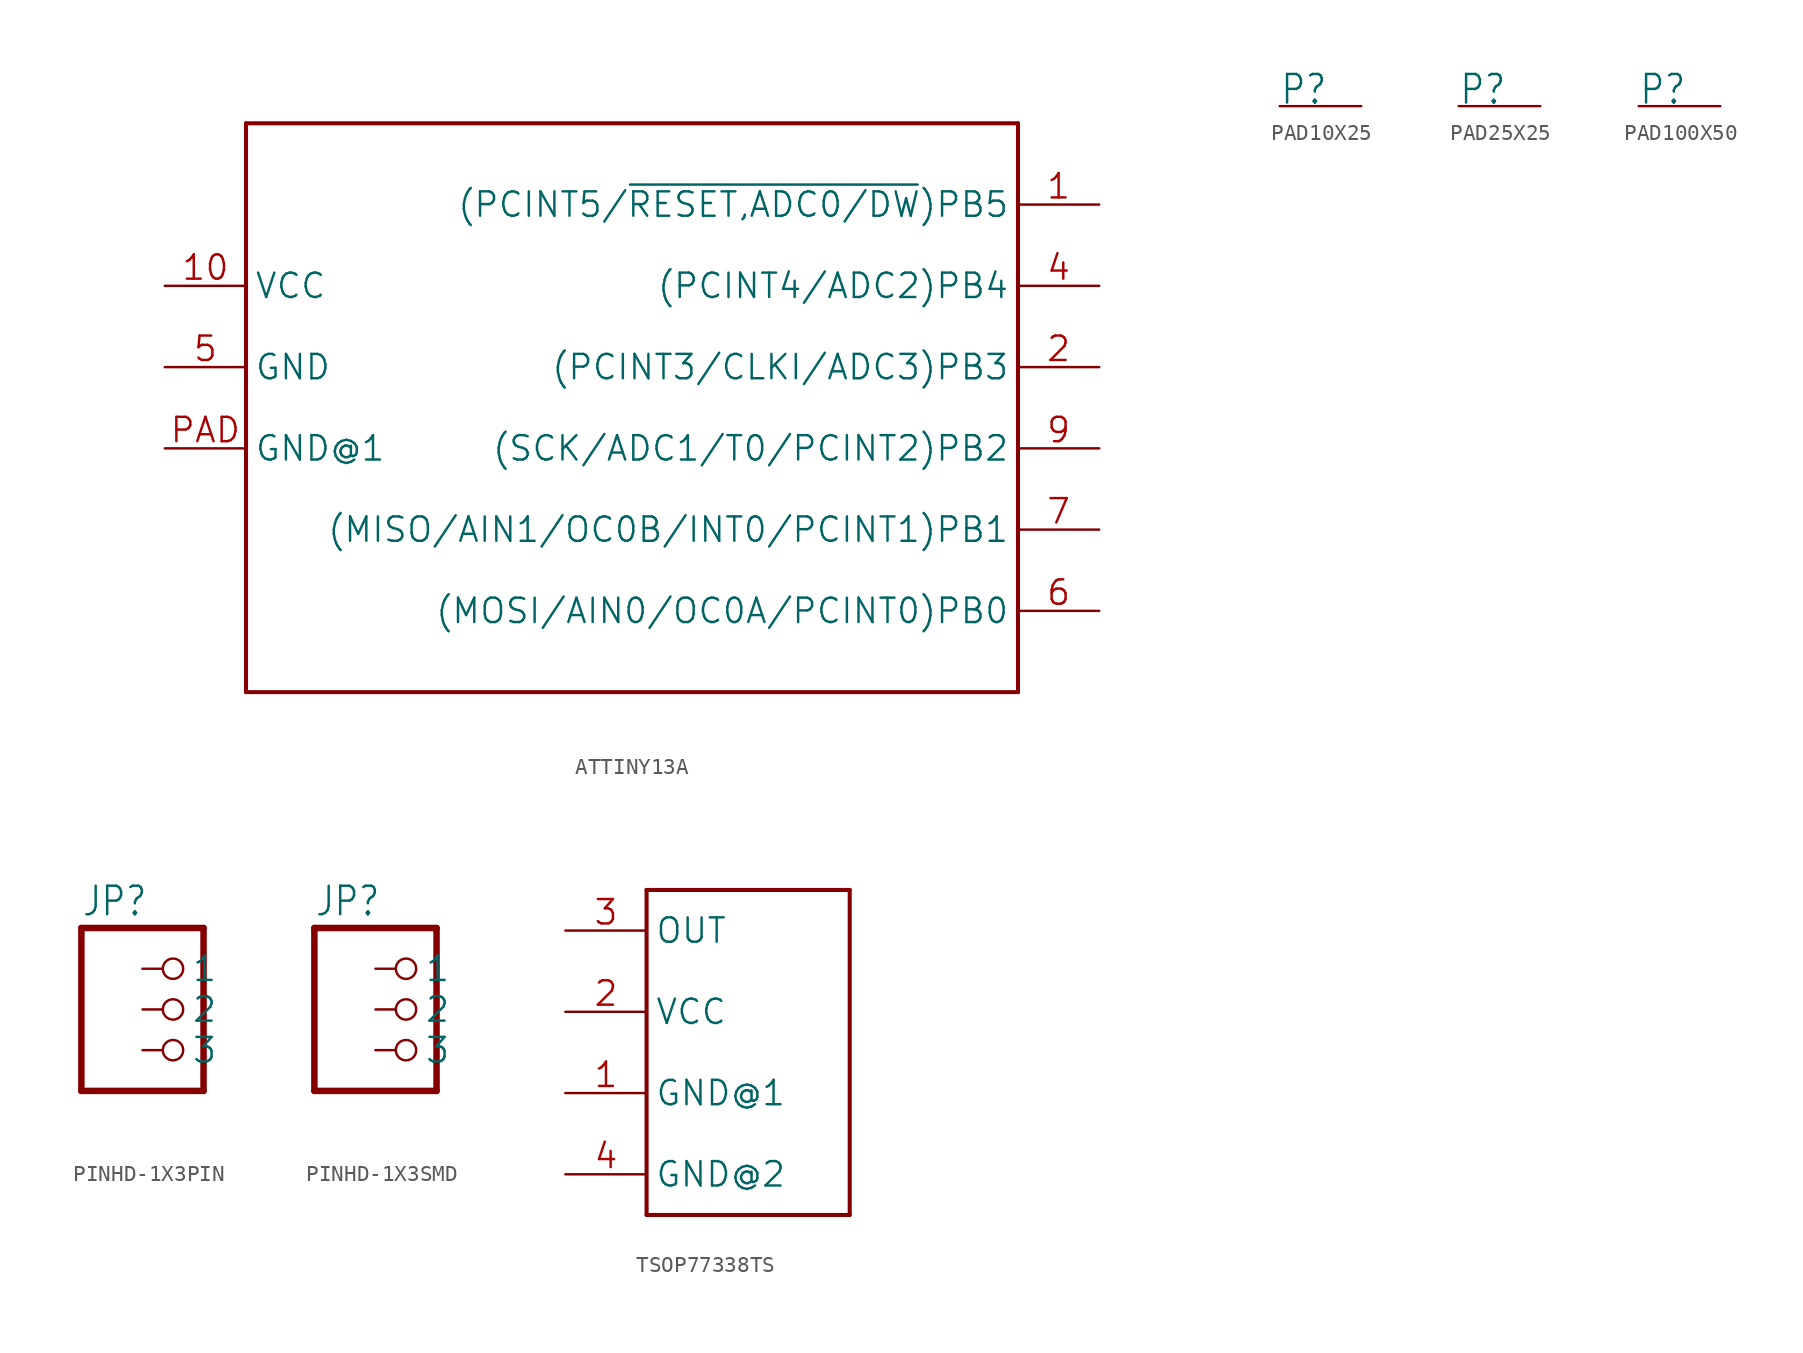
<source format=kicad_sym>
(kicad_symbol_lib
  (version 20241209)
  (generator "kicad_symbol_editor")
  (generator_version "9.0")
  (symbol "ATTINY13A"
    (property "Reference" ""
      (at 0 0 0)
      (effects (font (size 1.27 1.27)) (hide yes)))
    (property "ki_locked" ""
      (at 0 0 0)
      (effects (font (size 1.27 1.27))))
    (symbol "ATTINY13A_1_0"
      (polyline (pts (xy -25.4 17.78) (xy -25.4 -17.78)) (stroke (width 0.254) (type solid)) (fill (type none)))
      (polyline (pts (xy -25.4 -17.78) (xy 22.86 -17.78)) (stroke (width 0.254) (type solid)) (fill (type none)))
      (polyline (pts (xy 22.86 17.78) (xy -25.4 17.78)) (stroke (width 0.254) (type solid)) (fill (type none)))
      (polyline (pts (xy 22.86 -17.78) (xy 22.86 17.78)) (stroke (width 0.254) (type solid)) (fill (type none)))
      (pin bidirectional line (at -30.48 7.62 0) (length 5.08) (name "VCC" (effects (font (size 1.524 1.524)))) (number "10" (effects (font (size 1.524 1.524)))))
      (pin bidirectional line (at -30.48 2.54 0) (length 5.08) (name "GND" (effects (font (size 1.524 1.524)))) (number "5" (effects (font (size 1.524 1.524)))))
      (pin bidirectional line (at -30.48 -2.54 0) (length 5.08) (name "GND@1" (effects (font (size 1.524 1.524)))) (number "PAD" (effects (font (size 1.524 1.524)))))
      (pin bidirectional line (at 27.94 12.7 180) (length 5.08) (name "(PCINT5/~{RESET,ADC0/DW})PB5" (effects (font (size 1.524 1.524)))) (number "1" (effects (font (size 1.524 1.524)))))
      (pin bidirectional line (at 27.94 7.62 180) (length 5.08) (name "(PCINT4/ADC2)PB4" (effects (font (size 1.524 1.524)))) (number "4" (effects (font (size 1.524 1.524)))))
      (pin bidirectional line (at 27.94 2.54 180) (length 5.08) (name "(PCINT3/CLKI/ADC3)PB3" (effects (font (size 1.524 1.524)))) (number "2" (effects (font (size 1.524 1.524)))))
      (pin bidirectional line (at 27.94 -2.54 180) (length 5.08) (name "(SCK/ADC1/T0/PCINT2)PB2" (effects (font (size 1.524 1.524)))) (number "9" (effects (font (size 1.524 1.524)))))
      (pin bidirectional line (at 27.94 -7.62 180) (length 5.08) (name "(MISO/AIN1/OC0B/INT0/PCINT1)PB1" (effects (font (size 1.524 1.524)))) (number "7" (effects (font (size 1.524 1.524)))))
      (pin bidirectional line (at 27.94 -12.7 180) (length 5.08) (name "(MOSI/AIN0/OC0A/PCINT0)PB0" (effects (font (size 1.524 1.524)))) (number "6" (effects (font (size 1.524 1.524)))))))
  (symbol "PAD10X25"
    (property "Reference" "P"
      (at 0 0 0)
      (effects (font (size 1.778 1.511)) (justify left bottom)))
    (property "ki_locked" ""
      (at 0 0 0)
      (effects (font (size 1.27 1.27))))
    (symbol "PAD10X25_1_0"
      (pin power_in line (at 0 0 0) (length 5.08) (name "PAD" (effects (font (size 0 0)))) (number "P$1" (effects (font (size 0 0)))))))
  (symbol "PAD25X25"
    (property "Reference" "P"
      (at 0 0 0)
      (effects (font (size 1.778 1.511)) (justify left bottom)))
    (property "ki_locked" ""
      (at 0 0 0)
      (effects (font (size 1.27 1.27))))
    (symbol "PAD25X25_1_0"
      (pin power_in line (at 0 0 0) (length 5.08) (name "PAD" (effects (font (size 0 0)))) (number "P$1" (effects (font (size 0 0)))))))
  (symbol "PAD100X50"
    (property "Reference" "P"
      (at 0 0 0)
      (effects (font (size 1.778 1.511)) (justify left bottom)))
    (property "ki_locked" ""
      (at 0 0 0)
      (effects (font (size 1.27 1.27))))
    (symbol "PAD100X50_1_0"
      (pin power_in line (at 0 0 0) (length 5.08) (name "PAD" (effects (font (size 0 0)))) (number "P$1" (effects (font (size 0 0)))))))
  (symbol "PINHD-1X3PIN"
    (property "Reference" "JP"
      (at -3.81 5.715 0)
      (effects (font (size 1.778 1.511)) (justify left bottom)))
    (property "Value" ""
      (at -3.81 -7.62 0)
      (effects (font (size 1.778 1.511)) (justify left bottom)))
    (property "ki_locked" ""
      (at 0 0 0)
      (effects (font (size 1.27 1.27))))
    (symbol "PINHD-1X3PIN_1_0"
      (polyline (pts (xy -3.81 5.08) (xy -3.81 -5.08)) (stroke (width 0.406) (type solid)) (fill (type none)))
      (polyline (pts (xy -3.81 -5.08) (xy 3.81 -5.08)) (stroke (width 0.406) (type solid)) (fill (type none)))
      (polyline (pts (xy 3.81 5.08) (xy -3.81 5.08)) (stroke (width 0.406) (type solid)) (fill (type none)))
      (polyline (pts (xy 3.81 -5.08) (xy 3.81 5.08)) (stroke (width 0.406) (type solid)) (fill (type none)))
      (pin passive inverted (at 0 2.54 0) (length 2.54) (name "1" (effects (font (size 1.524 1.524)))) (number "1" (effects (font (size 0 0)))))
      (pin passive inverted (at 0 0 0) (length 2.54) (name "2" (effects (font (size 1.524 1.524)))) (number "2" (effects (font (size 0 0)))))
      (pin passive inverted (at 0 -2.54 0) (length 2.54) (name "3" (effects (font (size 1.524 1.524)))) (number "3" (effects (font (size 0 0)))))))
  (symbol "PINHD-1X3SMD"
    (property "Reference" "JP"
      (at -3.81 5.715 0)
      (effects (font (size 1.778 1.511)) (justify left bottom)))
    (property "Value" ""
      (at -3.81 -7.62 0)
      (effects (font (size 1.778 1.511)) (justify left bottom)))
    (property "ki_locked" ""
      (at 0 0 0)
      (effects (font (size 1.27 1.27))))
    (symbol "PINHD-1X3SMD_1_0"
      (polyline (pts (xy -3.81 5.08) (xy -3.81 -5.08)) (stroke (width 0.406) (type solid)) (fill (type none)))
      (polyline (pts (xy -3.81 -5.08) (xy 3.81 -5.08)) (stroke (width 0.406) (type solid)) (fill (type none)))
      (polyline (pts (xy 3.81 5.08) (xy -3.81 5.08)) (stroke (width 0.406) (type solid)) (fill (type none)))
      (polyline (pts (xy 3.81 -5.08) (xy 3.81 5.08)) (stroke (width 0.406) (type solid)) (fill (type none)))
      (pin passive inverted (at 0 2.54 0) (length 2.54) (name "1" (effects (font (size 1.524 1.524)))) (number "P$1" (effects (font (size 0 0)))))
      (pin passive inverted (at 0 0 0) (length 2.54) (name "2" (effects (font (size 1.524 1.524)))) (number "P$2" (effects (font (size 0 0)))))
      (pin passive inverted (at 0 -2.54 0) (length 2.54) (name "3" (effects (font (size 1.524 1.524)))) (number "P$3" (effects (font (size 0 0)))))))
  (symbol "TSOP77338TS"
    (property "Reference" ""
      (at 0 0 0)
      (effects (font (size 1.27 1.27)) (hide yes)))
    (property "ki_locked" ""
      (at 0 0 0)
      (effects (font (size 1.27 1.27))))
    (symbol "TSOP77338TS_1_0"
      (polyline (pts (xy -5.08 7.62) (xy -5.08 -12.7)) (stroke (width 0.254) (type solid)) (fill (type none)))
      (polyline (pts (xy -5.08 -12.7) (xy 7.62 -12.7)) (stroke (width 0.254) (type solid)) (fill (type none)))
      (polyline (pts (xy 7.62 7.62) (xy -5.08 7.62)) (stroke (width 0.254) (type solid)) (fill (type none)))
      (polyline (pts (xy 7.62 -12.7) (xy 7.62 7.62)) (stroke (width 0.254) (type solid)) (fill (type none)))
      (pin bidirectional line (at -10.16 5.08 0) (length 5.08) (name "OUT" (effects (font (size 1.524 1.524)))) (number "3" (effects (font (size 1.524 1.524)))))
      (pin bidirectional line (at -10.16 0 0) (length 5.08) (name "VCC" (effects (font (size 1.524 1.524)))) (number "2" (effects (font (size 1.524 1.524)))))
      (pin bidirectional line (at -10.16 -5.08 0) (length 5.08) (name "GND@1" (effects (font (size 1.524 1.524)))) (number "1" (effects (font (size 1.524 1.524)))))
      (pin bidirectional line (at -10.16 -10.16 0) (length 5.08) (name "GND@2" (effects (font (size 1.524 1.524)))) (number "4" (effects (font (size 1.524 1.524))))))))
</source>
